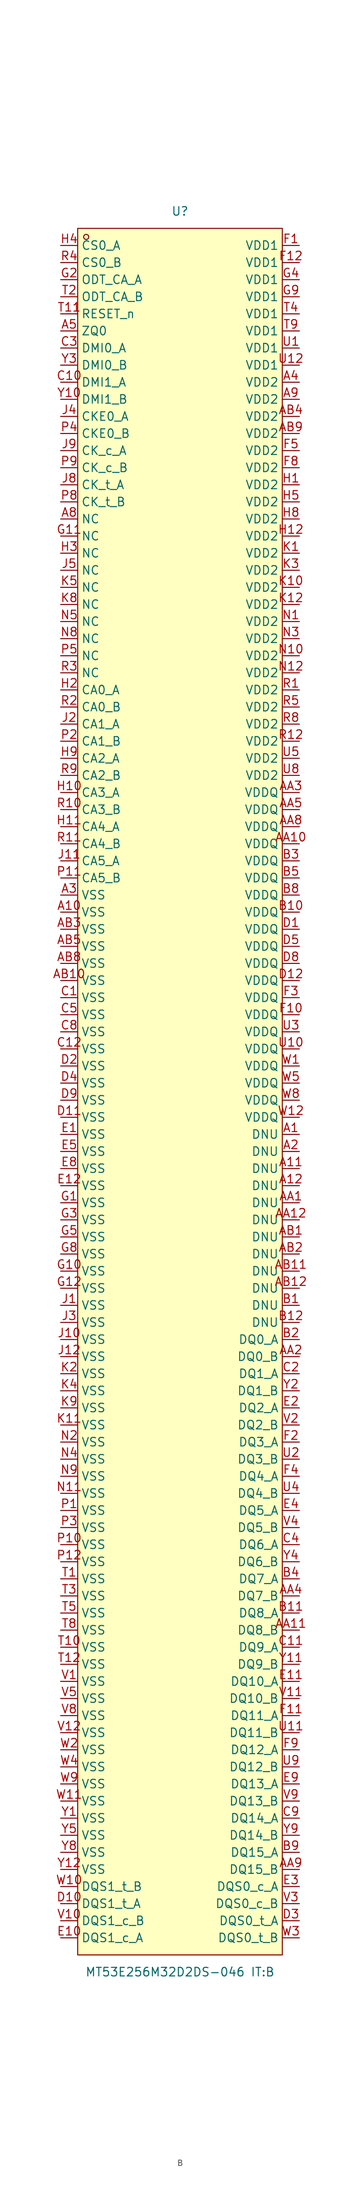
<source format=kicad_sym>
(kicad_symbol_lib
  (version 20211014)
  (generator https://github.com/uPesy/easyeda2kicad.py)
  (symbol "MT53E256M32D2DS-046IT:B"
    (property "Reference" "U"
      (at 0 130.81 0)
      (effects (font (size 1.27 1.27))))
    (property "Value" "MT53E256M32D2DS-046 IT:B"
      (at 0 -130.81 0)
      (effects (font (size 1.27 1.27))))
    (rectangle
      (start -15.24 128.27)
      (end 15.24 -128.27)
      (stroke (width 0) (type default) (color 0 0 0 0))
      (fill (type background)))
    (circle
      (center -13.97 127.00)
      (radius 0.38)
      (stroke (width 0) (type default) (color 0 0 0 0))
      (fill (type none)))
    (pin unspecified line
      (at -17.78 125.73 0)
      (length 2.54)
      (name "CS0_A" (effects (font (size 1.27 1.27))))
      (number "H4" (effects (font (size 1.27 1.27)))))
    (pin unspecified line
      (at -17.78 123.19 0)
      (length 2.54)
      (name "CS0_B" (effects (font (size 1.27 1.27))))
      (number "R4" (effects (font (size 1.27 1.27)))))
    (pin unspecified line
      (at -17.78 120.65 0)
      (length 2.54)
      (name "ODT_CA_A" (effects (font (size 1.27 1.27))))
      (number "G2" (effects (font (size 1.27 1.27)))))
    (pin unspecified line
      (at -17.78 118.11 0)
      (length 2.54)
      (name "ODT_CA_B" (effects (font (size 1.27 1.27))))
      (number "T2" (effects (font (size 1.27 1.27)))))
    (pin unspecified line
      (at -17.78 115.57 0)
      (length 2.54)
      (name "RESET_n" (effects (font (size 1.27 1.27))))
      (number "T11" (effects (font (size 1.27 1.27)))))
    (pin unspecified line
      (at -17.78 113.03 0)
      (length 2.54)
      (name "ZQ0" (effects (font (size 1.27 1.27))))
      (number "A5" (effects (font (size 1.27 1.27)))))
    (pin unspecified line
      (at -17.78 110.49 0)
      (length 2.54)
      (name "DMI0_A" (effects (font (size 1.27 1.27))))
      (number "C3" (effects (font (size 1.27 1.27)))))
    (pin unspecified line
      (at -17.78 107.95 0)
      (length 2.54)
      (name "DMI0_B" (effects (font (size 1.27 1.27))))
      (number "Y3" (effects (font (size 1.27 1.27)))))
    (pin unspecified line
      (at -17.78 105.41 0)
      (length 2.54)
      (name "DMI1_A" (effects (font (size 1.27 1.27))))
      (number "C10" (effects (font (size 1.27 1.27)))))
    (pin unspecified line
      (at -17.78 102.87 0)
      (length 2.54)
      (name "DMI1_B" (effects (font (size 1.27 1.27))))
      (number "Y10" (effects (font (size 1.27 1.27)))))
    (pin unspecified line
      (at -17.78 100.33 0)
      (length 2.54)
      (name "CKE0_A" (effects (font (size 1.27 1.27))))
      (number "J4" (effects (font (size 1.27 1.27)))))
    (pin unspecified line
      (at -17.78 97.79 0)
      (length 2.54)
      (name "CKE0_B" (effects (font (size 1.27 1.27))))
      (number "P4" (effects (font (size 1.27 1.27)))))
    (pin unspecified line
      (at -17.78 95.25 0)
      (length 2.54)
      (name "CK_c_A" (effects (font (size 1.27 1.27))))
      (number "J9" (effects (font (size 1.27 1.27)))))
    (pin unspecified line
      (at -17.78 92.71 0)
      (length 2.54)
      (name "CK_c_B" (effects (font (size 1.27 1.27))))
      (number "P9" (effects (font (size 1.27 1.27)))))
    (pin unspecified line
      (at -17.78 90.17 0)
      (length 2.54)
      (name "CK_t_A" (effects (font (size 1.27 1.27))))
      (number "J8" (effects (font (size 1.27 1.27)))))
    (pin unspecified line
      (at -17.78 87.63 0)
      (length 2.54)
      (name "CK_t_B" (effects (font (size 1.27 1.27))))
      (number "P8" (effects (font (size 1.27 1.27)))))
    (pin unspecified line
      (at -17.78 85.09 0)
      (length 2.54)
      (name "NC" (effects (font (size 1.27 1.27))))
      (number "A8" (effects (font (size 1.27 1.27)))))
    (pin unspecified line
      (at -17.78 82.55 0)
      (length 2.54)
      (name "NC" (effects (font (size 1.27 1.27))))
      (number "G11" (effects (font (size 1.27 1.27)))))
    (pin unspecified line
      (at -17.78 80.01 0)
      (length 2.54)
      (name "NC" (effects (font (size 1.27 1.27))))
      (number "H3" (effects (font (size 1.27 1.27)))))
    (pin unspecified line
      (at -17.78 77.47 0)
      (length 2.54)
      (name "NC" (effects (font (size 1.27 1.27))))
      (number "J5" (effects (font (size 1.27 1.27)))))
    (pin unspecified line
      (at -17.78 74.93 0)
      (length 2.54)
      (name "NC" (effects (font (size 1.27 1.27))))
      (number "K5" (effects (font (size 1.27 1.27)))))
    (pin unspecified line
      (at -17.78 72.39 0)
      (length 2.54)
      (name "NC" (effects (font (size 1.27 1.27))))
      (number "K8" (effects (font (size 1.27 1.27)))))
    (pin unspecified line
      (at -17.78 69.85 0)
      (length 2.54)
      (name "NC" (effects (font (size 1.27 1.27))))
      (number "N5" (effects (font (size 1.27 1.27)))))
    (pin unspecified line
      (at -17.78 67.31 0)
      (length 2.54)
      (name "NC" (effects (font (size 1.27 1.27))))
      (number "N8" (effects (font (size 1.27 1.27)))))
    (pin unspecified line
      (at -17.78 64.77 0)
      (length 2.54)
      (name "NC" (effects (font (size 1.27 1.27))))
      (number "P5" (effects (font (size 1.27 1.27)))))
    (pin unspecified line
      (at -17.78 62.23 0)
      (length 2.54)
      (name "NC" (effects (font (size 1.27 1.27))))
      (number "R3" (effects (font (size 1.27 1.27)))))
    (pin unspecified line
      (at -17.78 59.69 0)
      (length 2.54)
      (name "CA0_A" (effects (font (size 1.27 1.27))))
      (number "H2" (effects (font (size 1.27 1.27)))))
    (pin unspecified line
      (at -17.78 57.15 0)
      (length 2.54)
      (name "CA0_B" (effects (font (size 1.27 1.27))))
      (number "R2" (effects (font (size 1.27 1.27)))))
    (pin unspecified line
      (at -17.78 54.61 0)
      (length 2.54)
      (name "CA1_A" (effects (font (size 1.27 1.27))))
      (number "J2" (effects (font (size 1.27 1.27)))))
    (pin unspecified line
      (at -17.78 52.07 0)
      (length 2.54)
      (name "CA1_B" (effects (font (size 1.27 1.27))))
      (number "P2" (effects (font (size 1.27 1.27)))))
    (pin unspecified line
      (at -17.78 49.53 0)
      (length 2.54)
      (name "CA2_A" (effects (font (size 1.27 1.27))))
      (number "H9" (effects (font (size 1.27 1.27)))))
    (pin unspecified line
      (at -17.78 46.99 0)
      (length 2.54)
      (name "CA2_B" (effects (font (size 1.27 1.27))))
      (number "R9" (effects (font (size 1.27 1.27)))))
    (pin unspecified line
      (at -17.78 44.45 0)
      (length 2.54)
      (name "CA3_A" (effects (font (size 1.27 1.27))))
      (number "H10" (effects (font (size 1.27 1.27)))))
    (pin unspecified line
      (at -17.78 41.91 0)
      (length 2.54)
      (name "CA3_B" (effects (font (size 1.27 1.27))))
      (number "R10" (effects (font (size 1.27 1.27)))))
    (pin unspecified line
      (at -17.78 39.37 0)
      (length 2.54)
      (name "CA4_A" (effects (font (size 1.27 1.27))))
      (number "H11" (effects (font (size 1.27 1.27)))))
    (pin unspecified line
      (at -17.78 36.83 0)
      (length 2.54)
      (name "CA4_B" (effects (font (size 1.27 1.27))))
      (number "R11" (effects (font (size 1.27 1.27)))))
    (pin unspecified line
      (at -17.78 34.29 0)
      (length 2.54)
      (name "CA5_A" (effects (font (size 1.27 1.27))))
      (number "J11" (effects (font (size 1.27 1.27)))))
    (pin unspecified line
      (at -17.78 31.75 0)
      (length 2.54)
      (name "CA5_B" (effects (font (size 1.27 1.27))))
      (number "P11" (effects (font (size 1.27 1.27)))))
    (pin unspecified line
      (at -17.78 29.21 0)
      (length 2.54)
      (name "VSS" (effects (font (size 1.27 1.27))))
      (number "A3" (effects (font (size 1.27 1.27)))))
    (pin unspecified line
      (at -17.78 26.67 0)
      (length 2.54)
      (name "VSS" (effects (font (size 1.27 1.27))))
      (number "A10" (effects (font (size 1.27 1.27)))))
    (pin unspecified line
      (at -17.78 24.13 0)
      (length 2.54)
      (name "VSS" (effects (font (size 1.27 1.27))))
      (number "AB3" (effects (font (size 1.27 1.27)))))
    (pin unspecified line
      (at -17.78 21.59 0)
      (length 2.54)
      (name "VSS" (effects (font (size 1.27 1.27))))
      (number "AB5" (effects (font (size 1.27 1.27)))))
    (pin unspecified line
      (at -17.78 19.05 0)
      (length 2.54)
      (name "VSS" (effects (font (size 1.27 1.27))))
      (number "AB8" (effects (font (size 1.27 1.27)))))
    (pin unspecified line
      (at -17.78 16.51 0)
      (length 2.54)
      (name "VSS" (effects (font (size 1.27 1.27))))
      (number "AB10" (effects (font (size 1.27 1.27)))))
    (pin unspecified line
      (at -17.78 13.97 0)
      (length 2.54)
      (name "VSS" (effects (font (size 1.27 1.27))))
      (number "C1" (effects (font (size 1.27 1.27)))))
    (pin unspecified line
      (at -17.78 11.43 0)
      (length 2.54)
      (name "VSS" (effects (font (size 1.27 1.27))))
      (number "C5" (effects (font (size 1.27 1.27)))))
    (pin unspecified line
      (at -17.78 8.89 0)
      (length 2.54)
      (name "VSS" (effects (font (size 1.27 1.27))))
      (number "C8" (effects (font (size 1.27 1.27)))))
    (pin unspecified line
      (at -17.78 6.35 0)
      (length 2.54)
      (name "VSS" (effects (font (size 1.27 1.27))))
      (number "C12" (effects (font (size 1.27 1.27)))))
    (pin unspecified line
      (at -17.78 3.81 0)
      (length 2.54)
      (name "VSS" (effects (font (size 1.27 1.27))))
      (number "D2" (effects (font (size 1.27 1.27)))))
    (pin unspecified line
      (at -17.78 1.27 0)
      (length 2.54)
      (name "VSS" (effects (font (size 1.27 1.27))))
      (number "D4" (effects (font (size 1.27 1.27)))))
    (pin unspecified line
      (at -17.78 -1.27 0)
      (length 2.54)
      (name "VSS" (effects (font (size 1.27 1.27))))
      (number "D9" (effects (font (size 1.27 1.27)))))
    (pin unspecified line
      (at -17.78 -3.81 0)
      (length 2.54)
      (name "VSS" (effects (font (size 1.27 1.27))))
      (number "D11" (effects (font (size 1.27 1.27)))))
    (pin unspecified line
      (at -17.78 -6.35 0)
      (length 2.54)
      (name "VSS" (effects (font (size 1.27 1.27))))
      (number "E1" (effects (font (size 1.27 1.27)))))
    (pin unspecified line
      (at -17.78 -8.89 0)
      (length 2.54)
      (name "VSS" (effects (font (size 1.27 1.27))))
      (number "E5" (effects (font (size 1.27 1.27)))))
    (pin unspecified line
      (at -17.78 -11.43 0)
      (length 2.54)
      (name "VSS" (effects (font (size 1.27 1.27))))
      (number "E8" (effects (font (size 1.27 1.27)))))
    (pin unspecified line
      (at -17.78 -13.97 0)
      (length 2.54)
      (name "VSS" (effects (font (size 1.27 1.27))))
      (number "E12" (effects (font (size 1.27 1.27)))))
    (pin unspecified line
      (at -17.78 -16.51 0)
      (length 2.54)
      (name "VSS" (effects (font (size 1.27 1.27))))
      (number "G1" (effects (font (size 1.27 1.27)))))
    (pin unspecified line
      (at -17.78 -19.05 0)
      (length 2.54)
      (name "VSS" (effects (font (size 1.27 1.27))))
      (number "G3" (effects (font (size 1.27 1.27)))))
    (pin unspecified line
      (at -17.78 -21.59 0)
      (length 2.54)
      (name "VSS" (effects (font (size 1.27 1.27))))
      (number "G5" (effects (font (size 1.27 1.27)))))
    (pin unspecified line
      (at -17.78 -24.13 0)
      (length 2.54)
      (name "VSS" (effects (font (size 1.27 1.27))))
      (number "G8" (effects (font (size 1.27 1.27)))))
    (pin unspecified line
      (at -17.78 -26.67 0)
      (length 2.54)
      (name "VSS" (effects (font (size 1.27 1.27))))
      (number "G10" (effects (font (size 1.27 1.27)))))
    (pin unspecified line
      (at -17.78 -29.21 0)
      (length 2.54)
      (name "VSS" (effects (font (size 1.27 1.27))))
      (number "G12" (effects (font (size 1.27 1.27)))))
    (pin unspecified line
      (at -17.78 -31.75 0)
      (length 2.54)
      (name "VSS" (effects (font (size 1.27 1.27))))
      (number "J1" (effects (font (size 1.27 1.27)))))
    (pin unspecified line
      (at -17.78 -34.29 0)
      (length 2.54)
      (name "VSS" (effects (font (size 1.27 1.27))))
      (number "J3" (effects (font (size 1.27 1.27)))))
    (pin unspecified line
      (at -17.78 -36.83 0)
      (length 2.54)
      (name "VSS" (effects (font (size 1.27 1.27))))
      (number "J10" (effects (font (size 1.27 1.27)))))
    (pin unspecified line
      (at -17.78 -39.37 0)
      (length 2.54)
      (name "VSS" (effects (font (size 1.27 1.27))))
      (number "J12" (effects (font (size 1.27 1.27)))))
    (pin unspecified line
      (at -17.78 -41.91 0)
      (length 2.54)
      (name "VSS" (effects (font (size 1.27 1.27))))
      (number "K2" (effects (font (size 1.27 1.27)))))
    (pin unspecified line
      (at -17.78 -44.45 0)
      (length 2.54)
      (name "VSS" (effects (font (size 1.27 1.27))))
      (number "K4" (effects (font (size 1.27 1.27)))))
    (pin unspecified line
      (at -17.78 -46.99 0)
      (length 2.54)
      (name "VSS" (effects (font (size 1.27 1.27))))
      (number "K9" (effects (font (size 1.27 1.27)))))
    (pin unspecified line
      (at -17.78 -49.53 0)
      (length 2.54)
      (name "VSS" (effects (font (size 1.27 1.27))))
      (number "K11" (effects (font (size 1.27 1.27)))))
    (pin unspecified line
      (at -17.78 -52.07 0)
      (length 2.54)
      (name "VSS" (effects (font (size 1.27 1.27))))
      (number "N2" (effects (font (size 1.27 1.27)))))
    (pin unspecified line
      (at -17.78 -54.61 0)
      (length 2.54)
      (name "VSS" (effects (font (size 1.27 1.27))))
      (number "N4" (effects (font (size 1.27 1.27)))))
    (pin unspecified line
      (at -17.78 -57.15 0)
      (length 2.54)
      (name "VSS" (effects (font (size 1.27 1.27))))
      (number "N9" (effects (font (size 1.27 1.27)))))
    (pin unspecified line
      (at -17.78 -59.69 0)
      (length 2.54)
      (name "VSS" (effects (font (size 1.27 1.27))))
      (number "N11" (effects (font (size 1.27 1.27)))))
    (pin unspecified line
      (at -17.78 -62.23 0)
      (length 2.54)
      (name "VSS" (effects (font (size 1.27 1.27))))
      (number "P1" (effects (font (size 1.27 1.27)))))
    (pin unspecified line
      (at -17.78 -64.77 0)
      (length 2.54)
      (name "VSS" (effects (font (size 1.27 1.27))))
      (number "P3" (effects (font (size 1.27 1.27)))))
    (pin unspecified line
      (at -17.78 -67.31 0)
      (length 2.54)
      (name "VSS" (effects (font (size 1.27 1.27))))
      (number "P10" (effects (font (size 1.27 1.27)))))
    (pin unspecified line
      (at -17.78 -69.85 0)
      (length 2.54)
      (name "VSS" (effects (font (size 1.27 1.27))))
      (number "P12" (effects (font (size 1.27 1.27)))))
    (pin unspecified line
      (at -17.78 -72.39 0)
      (length 2.54)
      (name "VSS" (effects (font (size 1.27 1.27))))
      (number "T1" (effects (font (size 1.27 1.27)))))
    (pin unspecified line
      (at -17.78 -74.93 0)
      (length 2.54)
      (name "VSS" (effects (font (size 1.27 1.27))))
      (number "T3" (effects (font (size 1.27 1.27)))))
    (pin unspecified line
      (at -17.78 -77.47 0)
      (length 2.54)
      (name "VSS" (effects (font (size 1.27 1.27))))
      (number "T5" (effects (font (size 1.27 1.27)))))
    (pin unspecified line
      (at -17.78 -80.01 0)
      (length 2.54)
      (name "VSS" (effects (font (size 1.27 1.27))))
      (number "T8" (effects (font (size 1.27 1.27)))))
    (pin unspecified line
      (at -17.78 -82.55 0)
      (length 2.54)
      (name "VSS" (effects (font (size 1.27 1.27))))
      (number "T10" (effects (font (size 1.27 1.27)))))
    (pin unspecified line
      (at -17.78 -85.09 0)
      (length 2.54)
      (name "VSS" (effects (font (size 1.27 1.27))))
      (number "T12" (effects (font (size 1.27 1.27)))))
    (pin unspecified line
      (at -17.78 -87.63 0)
      (length 2.54)
      (name "VSS" (effects (font (size 1.27 1.27))))
      (number "V1" (effects (font (size 1.27 1.27)))))
    (pin unspecified line
      (at -17.78 -90.17 0)
      (length 2.54)
      (name "VSS" (effects (font (size 1.27 1.27))))
      (number "V5" (effects (font (size 1.27 1.27)))))
    (pin unspecified line
      (at -17.78 -92.71 0)
      (length 2.54)
      (name "VSS" (effects (font (size 1.27 1.27))))
      (number "V8" (effects (font (size 1.27 1.27)))))
    (pin unspecified line
      (at -17.78 -95.25 0)
      (length 2.54)
      (name "VSS" (effects (font (size 1.27 1.27))))
      (number "V12" (effects (font (size 1.27 1.27)))))
    (pin unspecified line
      (at -17.78 -97.79 0)
      (length 2.54)
      (name "VSS" (effects (font (size 1.27 1.27))))
      (number "W2" (effects (font (size 1.27 1.27)))))
    (pin unspecified line
      (at -17.78 -100.33 0)
      (length 2.54)
      (name "VSS" (effects (font (size 1.27 1.27))))
      (number "W4" (effects (font (size 1.27 1.27)))))
    (pin unspecified line
      (at -17.78 -102.87 0)
      (length 2.54)
      (name "VSS" (effects (font (size 1.27 1.27))))
      (number "W9" (effects (font (size 1.27 1.27)))))
    (pin unspecified line
      (at -17.78 -105.41 0)
      (length 2.54)
      (name "VSS" (effects (font (size 1.27 1.27))))
      (number "W11" (effects (font (size 1.27 1.27)))))
    (pin unspecified line
      (at -17.78 -107.95 0)
      (length 2.54)
      (name "VSS" (effects (font (size 1.27 1.27))))
      (number "Y1" (effects (font (size 1.27 1.27)))))
    (pin unspecified line
      (at -17.78 -110.49 0)
      (length 2.54)
      (name "VSS" (effects (font (size 1.27 1.27))))
      (number "Y5" (effects (font (size 1.27 1.27)))))
    (pin unspecified line
      (at -17.78 -113.03 0)
      (length 2.54)
      (name "VSS" (effects (font (size 1.27 1.27))))
      (number "Y8" (effects (font (size 1.27 1.27)))))
    (pin unspecified line
      (at -17.78 -115.57 0)
      (length 2.54)
      (name "VSS" (effects (font (size 1.27 1.27))))
      (number "Y12" (effects (font (size 1.27 1.27)))))
    (pin unspecified line
      (at -17.78 -118.11 0)
      (length 2.54)
      (name "DQS1_t_B" (effects (font (size 1.27 1.27))))
      (number "W10" (effects (font (size 1.27 1.27)))))
    (pin unspecified line
      (at -17.78 -120.65 0)
      (length 2.54)
      (name "DQS1_t_A" (effects (font (size 1.27 1.27))))
      (number "D10" (effects (font (size 1.27 1.27)))))
    (pin unspecified line
      (at -17.78 -123.19 0)
      (length 2.54)
      (name "DQS1_c_B" (effects (font (size 1.27 1.27))))
      (number "V10" (effects (font (size 1.27 1.27)))))
    (pin unspecified line
      (at -17.78 -125.73 0)
      (length 2.54)
      (name "DQS1_c_A" (effects (font (size 1.27 1.27))))
      (number "E10" (effects (font (size 1.27 1.27)))))
    (pin unspecified line
      (at 17.78 -125.73 180)
      (length 2.54)
      (name "DQS0_t_B" (effects (font (size 1.27 1.27))))
      (number "W3" (effects (font (size 1.27 1.27)))))
    (pin unspecified line
      (at 17.78 -123.19 180)
      (length 2.54)
      (name "DQS0_t_A" (effects (font (size 1.27 1.27))))
      (number "D3" (effects (font (size 1.27 1.27)))))
    (pin unspecified line
      (at 17.78 -120.65 180)
      (length 2.54)
      (name "DQS0_c_B" (effects (font (size 1.27 1.27))))
      (number "V3" (effects (font (size 1.27 1.27)))))
    (pin unspecified line
      (at 17.78 -118.11 180)
      (length 2.54)
      (name "DQS0_c_A" (effects (font (size 1.27 1.27))))
      (number "E3" (effects (font (size 1.27 1.27)))))
    (pin unspecified line
      (at 17.78 -115.57 180)
      (length 2.54)
      (name "DQ15_B" (effects (font (size 1.27 1.27))))
      (number "AA9" (effects (font (size 1.27 1.27)))))
    (pin unspecified line
      (at 17.78 -113.03 180)
      (length 2.54)
      (name "DQ15_A" (effects (font (size 1.27 1.27))))
      (number "B9" (effects (font (size 1.27 1.27)))))
    (pin unspecified line
      (at 17.78 -110.49 180)
      (length 2.54)
      (name "DQ14_B" (effects (font (size 1.27 1.27))))
      (number "Y9" (effects (font (size 1.27 1.27)))))
    (pin unspecified line
      (at 17.78 -107.95 180)
      (length 2.54)
      (name "DQ14_A" (effects (font (size 1.27 1.27))))
      (number "C9" (effects (font (size 1.27 1.27)))))
    (pin unspecified line
      (at 17.78 -105.41 180)
      (length 2.54)
      (name "DQ13_B" (effects (font (size 1.27 1.27))))
      (number "V9" (effects (font (size 1.27 1.27)))))
    (pin unspecified line
      (at 17.78 -102.87 180)
      (length 2.54)
      (name "DQ13_A" (effects (font (size 1.27 1.27))))
      (number "E9" (effects (font (size 1.27 1.27)))))
    (pin unspecified line
      (at 17.78 -100.33 180)
      (length 2.54)
      (name "DQ12_B" (effects (font (size 1.27 1.27))))
      (number "U9" (effects (font (size 1.27 1.27)))))
    (pin unspecified line
      (at 17.78 -97.79 180)
      (length 2.54)
      (name "DQ12_A" (effects (font (size 1.27 1.27))))
      (number "F9" (effects (font (size 1.27 1.27)))))
    (pin unspecified line
      (at 17.78 -95.25 180)
      (length 2.54)
      (name "DQ11_B" (effects (font (size 1.27 1.27))))
      (number "U11" (effects (font (size 1.27 1.27)))))
    (pin unspecified line
      (at 17.78 -92.71 180)
      (length 2.54)
      (name "DQ11_A" (effects (font (size 1.27 1.27))))
      (number "F11" (effects (font (size 1.27 1.27)))))
    (pin unspecified line
      (at 17.78 -90.17 180)
      (length 2.54)
      (name "DQ10_B" (effects (font (size 1.27 1.27))))
      (number "V11" (effects (font (size 1.27 1.27)))))
    (pin unspecified line
      (at 17.78 -87.63 180)
      (length 2.54)
      (name "DQ10_A" (effects (font (size 1.27 1.27))))
      (number "E11" (effects (font (size 1.27 1.27)))))
    (pin unspecified line
      (at 17.78 -85.09 180)
      (length 2.54)
      (name "DQ9_B" (effects (font (size 1.27 1.27))))
      (number "Y11" (effects (font (size 1.27 1.27)))))
    (pin unspecified line
      (at 17.78 -82.55 180)
      (length 2.54)
      (name "DQ9_A" (effects (font (size 1.27 1.27))))
      (number "C11" (effects (font (size 1.27 1.27)))))
    (pin unspecified line
      (at 17.78 -80.01 180)
      (length 2.54)
      (name "DQ8_B" (effects (font (size 1.27 1.27))))
      (number "AA11" (effects (font (size 1.27 1.27)))))
    (pin unspecified line
      (at 17.78 -77.47 180)
      (length 2.54)
      (name "DQ8_A" (effects (font (size 1.27 1.27))))
      (number "B11" (effects (font (size 1.27 1.27)))))
    (pin unspecified line
      (at 17.78 -74.93 180)
      (length 2.54)
      (name "DQ7_B" (effects (font (size 1.27 1.27))))
      (number "AA4" (effects (font (size 1.27 1.27)))))
    (pin unspecified line
      (at 17.78 -72.39 180)
      (length 2.54)
      (name "DQ7_A" (effects (font (size 1.27 1.27))))
      (number "B4" (effects (font (size 1.27 1.27)))))
    (pin unspecified line
      (at 17.78 -69.85 180)
      (length 2.54)
      (name "DQ6_B" (effects (font (size 1.27 1.27))))
      (number "Y4" (effects (font (size 1.27 1.27)))))
    (pin unspecified line
      (at 17.78 -67.31 180)
      (length 2.54)
      (name "DQ6_A" (effects (font (size 1.27 1.27))))
      (number "C4" (effects (font (size 1.27 1.27)))))
    (pin unspecified line
      (at 17.78 -64.77 180)
      (length 2.54)
      (name "DQ5_B" (effects (font (size 1.27 1.27))))
      (number "V4" (effects (font (size 1.27 1.27)))))
    (pin unspecified line
      (at 17.78 -62.23 180)
      (length 2.54)
      (name "DQ5_A" (effects (font (size 1.27 1.27))))
      (number "E4" (effects (font (size 1.27 1.27)))))
    (pin unspecified line
      (at 17.78 -59.69 180)
      (length 2.54)
      (name "DQ4_B" (effects (font (size 1.27 1.27))))
      (number "U4" (effects (font (size 1.27 1.27)))))
    (pin unspecified line
      (at 17.78 -57.15 180)
      (length 2.54)
      (name "DQ4_A" (effects (font (size 1.27 1.27))))
      (number "F4" (effects (font (size 1.27 1.27)))))
    (pin unspecified line
      (at 17.78 -54.61 180)
      (length 2.54)
      (name "DQ3_B" (effects (font (size 1.27 1.27))))
      (number "U2" (effects (font (size 1.27 1.27)))))
    (pin unspecified line
      (at 17.78 -52.07 180)
      (length 2.54)
      (name "DQ3_A" (effects (font (size 1.27 1.27))))
      (number "F2" (effects (font (size 1.27 1.27)))))
    (pin unspecified line
      (at 17.78 -49.53 180)
      (length 2.54)
      (name "DQ2_B" (effects (font (size 1.27 1.27))))
      (number "V2" (effects (font (size 1.27 1.27)))))
    (pin unspecified line
      (at 17.78 -46.99 180)
      (length 2.54)
      (name "DQ2_A" (effects (font (size 1.27 1.27))))
      (number "E2" (effects (font (size 1.27 1.27)))))
    (pin unspecified line
      (at 17.78 -44.45 180)
      (length 2.54)
      (name "DQ1_B" (effects (font (size 1.27 1.27))))
      (number "Y2" (effects (font (size 1.27 1.27)))))
    (pin unspecified line
      (at 17.78 -41.91 180)
      (length 2.54)
      (name "DQ1_A" (effects (font (size 1.27 1.27))))
      (number "C2" (effects (font (size 1.27 1.27)))))
    (pin unspecified line
      (at 17.78 -39.37 180)
      (length 2.54)
      (name "DQ0_B" (effects (font (size 1.27 1.27))))
      (number "AA2" (effects (font (size 1.27 1.27)))))
    (pin unspecified line
      (at 17.78 -36.83 180)
      (length 2.54)
      (name "DQ0_A" (effects (font (size 1.27 1.27))))
      (number "B2" (effects (font (size 1.27 1.27)))))
    (pin unspecified line
      (at 17.78 -34.29 180)
      (length 2.54)
      (name "DNU" (effects (font (size 1.27 1.27))))
      (number "B12" (effects (font (size 1.27 1.27)))))
    (pin unspecified line
      (at 17.78 -31.75 180)
      (length 2.54)
      (name "DNU" (effects (font (size 1.27 1.27))))
      (number "B1" (effects (font (size 1.27 1.27)))))
    (pin unspecified line
      (at 17.78 -29.21 180)
      (length 2.54)
      (name "DNU" (effects (font (size 1.27 1.27))))
      (number "AB12" (effects (font (size 1.27 1.27)))))
    (pin unspecified line
      (at 17.78 -26.67 180)
      (length 2.54)
      (name "DNU" (effects (font (size 1.27 1.27))))
      (number "AB11" (effects (font (size 1.27 1.27)))))
    (pin unspecified line
      (at 17.78 -24.13 180)
      (length 2.54)
      (name "DNU" (effects (font (size 1.27 1.27))))
      (number "AB2" (effects (font (size 1.27 1.27)))))
    (pin unspecified line
      (at 17.78 -21.59 180)
      (length 2.54)
      (name "DNU" (effects (font (size 1.27 1.27))))
      (number "AB1" (effects (font (size 1.27 1.27)))))
    (pin unspecified line
      (at 17.78 -19.05 180)
      (length 2.54)
      (name "DNU" (effects (font (size 1.27 1.27))))
      (number "AA12" (effects (font (size 1.27 1.27)))))
    (pin unspecified line
      (at 17.78 -16.51 180)
      (length 2.54)
      (name "DNU" (effects (font (size 1.27 1.27))))
      (number "AA1" (effects (font (size 1.27 1.27)))))
    (pin unspecified line
      (at 17.78 -13.97 180)
      (length 2.54)
      (name "DNU" (effects (font (size 1.27 1.27))))
      (number "A12" (effects (font (size 1.27 1.27)))))
    (pin unspecified line
      (at 17.78 -11.43 180)
      (length 2.54)
      (name "DNU" (effects (font (size 1.27 1.27))))
      (number "A11" (effects (font (size 1.27 1.27)))))
    (pin unspecified line
      (at 17.78 -8.89 180)
      (length 2.54)
      (name "DNU" (effects (font (size 1.27 1.27))))
      (number "A2" (effects (font (size 1.27 1.27)))))
    (pin unspecified line
      (at 17.78 -6.35 180)
      (length 2.54)
      (name "DNU" (effects (font (size 1.27 1.27))))
      (number "A1" (effects (font (size 1.27 1.27)))))
    (pin unspecified line
      (at 17.78 -3.81 180)
      (length 2.54)
      (name "VDDQ" (effects (font (size 1.27 1.27))))
      (number "W12" (effects (font (size 1.27 1.27)))))
    (pin unspecified line
      (at 17.78 -1.27 180)
      (length 2.54)
      (name "VDDQ" (effects (font (size 1.27 1.27))))
      (number "W8" (effects (font (size 1.27 1.27)))))
    (pin unspecified line
      (at 17.78 1.27 180)
      (length 2.54)
      (name "VDDQ" (effects (font (size 1.27 1.27))))
      (number "W5" (effects (font (size 1.27 1.27)))))
    (pin unspecified line
      (at 17.78 3.81 180)
      (length 2.54)
      (name "VDDQ" (effects (font (size 1.27 1.27))))
      (number "W1" (effects (font (size 1.27 1.27)))))
    (pin unspecified line
      (at 17.78 6.35 180)
      (length 2.54)
      (name "VDDQ" (effects (font (size 1.27 1.27))))
      (number "U10" (effects (font (size 1.27 1.27)))))
    (pin unspecified line
      (at 17.78 8.89 180)
      (length 2.54)
      (name "VDDQ" (effects (font (size 1.27 1.27))))
      (number "U3" (effects (font (size 1.27 1.27)))))
    (pin unspecified line
      (at 17.78 11.43 180)
      (length 2.54)
      (name "VDDQ" (effects (font (size 1.27 1.27))))
      (number "F10" (effects (font (size 1.27 1.27)))))
    (pin unspecified line
      (at 17.78 13.97 180)
      (length 2.54)
      (name "VDDQ" (effects (font (size 1.27 1.27))))
      (number "F3" (effects (font (size 1.27 1.27)))))
    (pin unspecified line
      (at 17.78 16.51 180)
      (length 2.54)
      (name "VDDQ" (effects (font (size 1.27 1.27))))
      (number "D12" (effects (font (size 1.27 1.27)))))
    (pin unspecified line
      (at 17.78 19.05 180)
      (length 2.54)
      (name "VDDQ" (effects (font (size 1.27 1.27))))
      (number "D8" (effects (font (size 1.27 1.27)))))
    (pin unspecified line
      (at 17.78 21.59 180)
      (length 2.54)
      (name "VDDQ" (effects (font (size 1.27 1.27))))
      (number "D5" (effects (font (size 1.27 1.27)))))
    (pin unspecified line
      (at 17.78 24.13 180)
      (length 2.54)
      (name "VDDQ" (effects (font (size 1.27 1.27))))
      (number "D1" (effects (font (size 1.27 1.27)))))
    (pin unspecified line
      (at 17.78 26.67 180)
      (length 2.54)
      (name "VDDQ" (effects (font (size 1.27 1.27))))
      (number "B10" (effects (font (size 1.27 1.27)))))
    (pin unspecified line
      (at 17.78 29.21 180)
      (length 2.54)
      (name "VDDQ" (effects (font (size 1.27 1.27))))
      (number "B8" (effects (font (size 1.27 1.27)))))
    (pin unspecified line
      (at 17.78 31.75 180)
      (length 2.54)
      (name "VDDQ" (effects (font (size 1.27 1.27))))
      (number "B5" (effects (font (size 1.27 1.27)))))
    (pin unspecified line
      (at 17.78 34.29 180)
      (length 2.54)
      (name "VDDQ" (effects (font (size 1.27 1.27))))
      (number "B3" (effects (font (size 1.27 1.27)))))
    (pin unspecified line
      (at 17.78 36.83 180)
      (length 2.54)
      (name "VDDQ" (effects (font (size 1.27 1.27))))
      (number "AA10" (effects (font (size 1.27 1.27)))))
    (pin unspecified line
      (at 17.78 39.37 180)
      (length 2.54)
      (name "VDDQ" (effects (font (size 1.27 1.27))))
      (number "AA8" (effects (font (size 1.27 1.27)))))
    (pin unspecified line
      (at 17.78 41.91 180)
      (length 2.54)
      (name "VDDQ" (effects (font (size 1.27 1.27))))
      (number "AA5" (effects (font (size 1.27 1.27)))))
    (pin unspecified line
      (at 17.78 44.45 180)
      (length 2.54)
      (name "VDDQ" (effects (font (size 1.27 1.27))))
      (number "AA3" (effects (font (size 1.27 1.27)))))
    (pin unspecified line
      (at 17.78 46.99 180)
      (length 2.54)
      (name "VDD2" (effects (font (size 1.27 1.27))))
      (number "U8" (effects (font (size 1.27 1.27)))))
    (pin unspecified line
      (at 17.78 49.53 180)
      (length 2.54)
      (name "VDD2" (effects (font (size 1.27 1.27))))
      (number "U5" (effects (font (size 1.27 1.27)))))
    (pin unspecified line
      (at 17.78 52.07 180)
      (length 2.54)
      (name "VDD2" (effects (font (size 1.27 1.27))))
      (number "R12" (effects (font (size 1.27 1.27)))))
    (pin unspecified line
      (at 17.78 54.61 180)
      (length 2.54)
      (name "VDD2" (effects (font (size 1.27 1.27))))
      (number "R8" (effects (font (size 1.27 1.27)))))
    (pin unspecified line
      (at 17.78 57.15 180)
      (length 2.54)
      (name "VDD2" (effects (font (size 1.27 1.27))))
      (number "R5" (effects (font (size 1.27 1.27)))))
    (pin unspecified line
      (at 17.78 59.69 180)
      (length 2.54)
      (name "VDD2" (effects (font (size 1.27 1.27))))
      (number "R1" (effects (font (size 1.27 1.27)))))
    (pin unspecified line
      (at 17.78 62.23 180)
      (length 2.54)
      (name "VDD2" (effects (font (size 1.27 1.27))))
      (number "N12" (effects (font (size 1.27 1.27)))))
    (pin unspecified line
      (at 17.78 64.77 180)
      (length 2.54)
      (name "VDD2" (effects (font (size 1.27 1.27))))
      (number "N10" (effects (font (size 1.27 1.27)))))
    (pin unspecified line
      (at 17.78 67.31 180)
      (length 2.54)
      (name "VDD2" (effects (font (size 1.27 1.27))))
      (number "N3" (effects (font (size 1.27 1.27)))))
    (pin unspecified line
      (at 17.78 69.85 180)
      (length 2.54)
      (name "VDD2" (effects (font (size 1.27 1.27))))
      (number "N1" (effects (font (size 1.27 1.27)))))
    (pin unspecified line
      (at 17.78 72.39 180)
      (length 2.54)
      (name "VDD2" (effects (font (size 1.27 1.27))))
      (number "K12" (effects (font (size 1.27 1.27)))))
    (pin unspecified line
      (at 17.78 74.93 180)
      (length 2.54)
      (name "VDD2" (effects (font (size 1.27 1.27))))
      (number "K10" (effects (font (size 1.27 1.27)))))
    (pin unspecified line
      (at 17.78 77.47 180)
      (length 2.54)
      (name "VDD2" (effects (font (size 1.27 1.27))))
      (number "K3" (effects (font (size 1.27 1.27)))))
    (pin unspecified line
      (at 17.78 80.01 180)
      (length 2.54)
      (name "VDD2" (effects (font (size 1.27 1.27))))
      (number "K1" (effects (font (size 1.27 1.27)))))
    (pin unspecified line
      (at 17.78 82.55 180)
      (length 2.54)
      (name "VDD2" (effects (font (size 1.27 1.27))))
      (number "H12" (effects (font (size 1.27 1.27)))))
    (pin unspecified line
      (at 17.78 85.09 180)
      (length 2.54)
      (name "VDD2" (effects (font (size 1.27 1.27))))
      (number "H8" (effects (font (size 1.27 1.27)))))
    (pin unspecified line
      (at 17.78 87.63 180)
      (length 2.54)
      (name "VDD2" (effects (font (size 1.27 1.27))))
      (number "H5" (effects (font (size 1.27 1.27)))))
    (pin unspecified line
      (at 17.78 90.17 180)
      (length 2.54)
      (name "VDD2" (effects (font (size 1.27 1.27))))
      (number "H1" (effects (font (size 1.27 1.27)))))
    (pin unspecified line
      (at 17.78 92.71 180)
      (length 2.54)
      (name "VDD2" (effects (font (size 1.27 1.27))))
      (number "F8" (effects (font (size 1.27 1.27)))))
    (pin unspecified line
      (at 17.78 95.25 180)
      (length 2.54)
      (name "VDD2" (effects (font (size 1.27 1.27))))
      (number "F5" (effects (font (size 1.27 1.27)))))
    (pin unspecified line
      (at 17.78 97.79 180)
      (length 2.54)
      (name "VDD2" (effects (font (size 1.27 1.27))))
      (number "AB9" (effects (font (size 1.27 1.27)))))
    (pin unspecified line
      (at 17.78 100.33 180)
      (length 2.54)
      (name "VDD2" (effects (font (size 1.27 1.27))))
      (number "AB4" (effects (font (size 1.27 1.27)))))
    (pin unspecified line
      (at 17.78 102.87 180)
      (length 2.54)
      (name "VDD2" (effects (font (size 1.27 1.27))))
      (number "A9" (effects (font (size 1.27 1.27)))))
    (pin unspecified line
      (at 17.78 105.41 180)
      (length 2.54)
      (name "VDD2" (effects (font (size 1.27 1.27))))
      (number "A4" (effects (font (size 1.27 1.27)))))
    (pin unspecified line
      (at 17.78 107.95 180)
      (length 2.54)
      (name "VDD1" (effects (font (size 1.27 1.27))))
      (number "U12" (effects (font (size 1.27 1.27)))))
    (pin unspecified line
      (at 17.78 110.49 180)
      (length 2.54)
      (name "VDD1" (effects (font (size 1.27 1.27))))
      (number "U1" (effects (font (size 1.27 1.27)))))
    (pin unspecified line
      (at 17.78 113.03 180)
      (length 2.54)
      (name "VDD1" (effects (font (size 1.27 1.27))))
      (number "T9" (effects (font (size 1.27 1.27)))))
    (pin unspecified line
      (at 17.78 115.57 180)
      (length 2.54)
      (name "VDD1" (effects (font (size 1.27 1.27))))
      (number "T4" (effects (font (size 1.27 1.27)))))
    (pin unspecified line
      (at 17.78 118.11 180)
      (length 2.54)
      (name "VDD1" (effects (font (size 1.27 1.27))))
      (number "G9" (effects (font (size 1.27 1.27)))))
    (pin unspecified line
      (at 17.78 120.65 180)
      (length 2.54)
      (name "VDD1" (effects (font (size 1.27 1.27))))
      (number "G4" (effects (font (size 1.27 1.27)))))
    (pin unspecified line
      (at 17.78 123.19 180)
      (length 2.54)
      (name "VDD1" (effects (font (size 1.27 1.27))))
      (number "F12" (effects (font (size 1.27 1.27)))))
    (pin unspecified line
      (at 17.78 125.73 180)
      (length 2.54)
      (name "VDD1" (effects (font (size 1.27 1.27))))
      (number "F1" (effects (font (size 1.27 1.27)))))))
</source>
